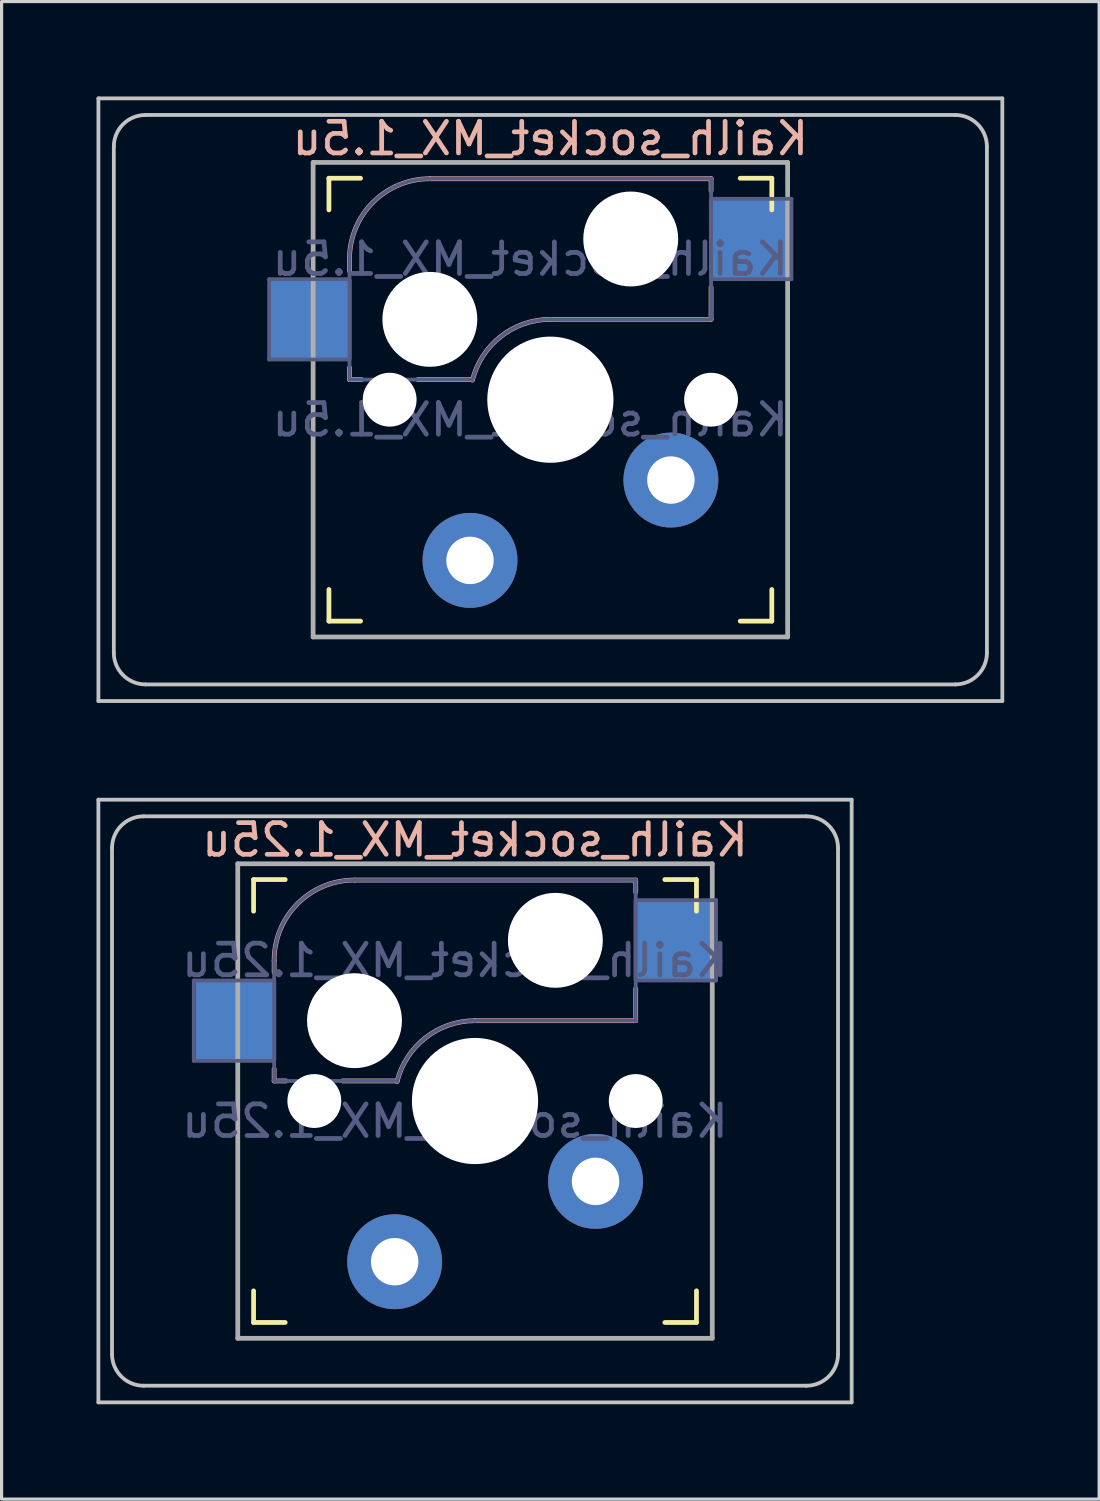
<source format=kicad_pcb>
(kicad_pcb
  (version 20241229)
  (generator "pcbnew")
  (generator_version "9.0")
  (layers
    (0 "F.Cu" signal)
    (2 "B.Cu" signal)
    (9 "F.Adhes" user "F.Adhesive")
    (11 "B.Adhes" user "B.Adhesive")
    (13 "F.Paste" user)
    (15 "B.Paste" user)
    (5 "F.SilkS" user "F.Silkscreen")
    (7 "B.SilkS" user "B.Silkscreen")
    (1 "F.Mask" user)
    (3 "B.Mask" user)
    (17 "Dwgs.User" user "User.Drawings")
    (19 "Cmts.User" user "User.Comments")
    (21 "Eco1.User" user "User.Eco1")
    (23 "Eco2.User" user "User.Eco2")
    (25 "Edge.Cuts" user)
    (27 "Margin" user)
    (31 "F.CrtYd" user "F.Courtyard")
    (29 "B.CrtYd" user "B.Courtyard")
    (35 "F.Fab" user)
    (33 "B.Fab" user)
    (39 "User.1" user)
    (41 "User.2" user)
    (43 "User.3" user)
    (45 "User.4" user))
  (footprint "Kailh_socket_MX_1.25u"
    (layer "F.Cu")
    (at 11.966 31.755)
    (property "Reference" "Kailh_socket_MX_1.25u" (at 0 -8.255 0) (layer "B.SilkS") (effects (font (size 1 1) (thickness 0.15)) (justify mirror)))
    (property "Value" "Kailh_socket_MX_1.25u" (at 0 8.255 0) (layer "F.Fab") (hide yes) (effects (font (size 1 1) (thickness 0.15))))
    (attr smd)
    (fp_line (start -7 -6) (end -7 -7) (stroke (width 0.15) (type solid)) (layer "F.SilkS"))
    (fp_line (start -7 7) (end -7 6) (stroke (width 0.15) (type solid)) (layer "F.SilkS"))
    (fp_line (start -7 7) (end -6 7) (stroke (width 0.15) (type solid)) (layer "F.SilkS"))
    (fp_line (start -6 -7) (end -7 -7) (stroke (width 0.15) (type solid)) (layer "F.SilkS"))
    (fp_line (start 6 7) (end 7 7) (stroke (width 0.15) (type solid)) (layer "F.SilkS"))
    (fp_line (start 7 -7) (end 6 -7) (stroke (width 0.15) (type solid)) (layer "F.SilkS"))
    (fp_line (start 7 -7) (end 7 -6) (stroke (width 0.15) (type solid)) (layer "F.SilkS"))
    (fp_line (start 7 6) (end 7 7) (stroke (width 0.15) (type solid)) (layer "F.SilkS"))
    (fp_line (start -6.35 -4.445) (end -6.35 -4.064) (stroke (width 0.15) (type solid)) (layer "B.SilkS"))
    (fp_line (start -6.35 -1.016) (end -6.35 -0.635) (stroke (width 0.15) (type solid)) (layer "B.SilkS"))
    (fp_line (start -5.969 -0.635) (end -6.35 -0.635) (stroke (width 0.15) (type solid)) (layer "B.SilkS"))
    (fp_line (start -3.81 -6.985) (end 5.08 -6.985) (stroke (width 0.15) (type solid)) (layer "B.SilkS"))
    (fp_line (start -2.464 -0.635) (end -4.191 -0.635) (stroke (width 0.15) (type solid)) (layer "B.SilkS"))
    (fp_line (start 5.08 -6.985) (end 5.08 -6.604) (stroke (width 0.15) (type solid)) (layer "B.SilkS"))
    (fp_line (start 5.08 -3.556) (end 5.08 -2.54) (stroke (width 0.15) (type solid)) (layer "B.SilkS"))
    (fp_line (start 5.08 -2.54) (end 0 -2.54) (stroke (width 0.15) (type solid)) (layer "B.SilkS"))
    (fp_arc (start -6.35 -4.445) (mid -5.606051 -6.241051) (end -3.81 -6.985) (stroke (width 0.15) (type solid)) (layer "B.SilkS"))
    (fp_arc (start -2.464162 -0.61604) (mid -1.563147 -2.002042) (end 0 -2.54) (stroke (width 0.15) (type solid)) (layer "B.SilkS"))
    (fp_line (start -11.906 -9.525) (end 11.906 -9.525) (stroke (width 0.12) (type solid)) (layer "Dwgs.User"))
    (fp_line (start -11.906 9.525) (end -11.906 -9.525) (stroke (width 0.12) (type solid)) (layer "Dwgs.User"))
    (fp_line (start -11.475 8) (end -11.475 -8) (stroke (width 0.12) (type solid)) (layer "Dwgs.User"))
    (fp_line (start -10.475 -9) (end 10.475 -9) (stroke (width 0.12) (type solid)) (layer "Dwgs.User"))
    (fp_line (start -10.475 9) (end 10.475 9) (stroke (width 0.12) (type solid)) (layer "Dwgs.User"))
    (fp_line (start 11.475 8) (end 11.475 -8) (stroke (width 0.12) (type solid)) (layer "Dwgs.User"))
    (fp_line (start 11.906 -9.525) (end 11.906 9.525) (stroke (width 0.12) (type solid)) (layer "Dwgs.User"))
    (fp_line (start 11.906 9.525) (end -11.906 9.525) (stroke (width 0.12) (type solid)) (layer "Dwgs.User"))
    (fp_arc (start -11.475 -8) (mid -11.182107 -8.707107) (end -10.475 -9) (stroke (width 0.12) (type solid)) (layer "Dwgs.User"))
    (fp_arc (start -10.475 9) (mid -11.182107 8.707107) (end -11.475 8) (stroke (width 0.12) (type solid)) (layer "Dwgs.User"))
    (fp_arc (start 10.475 -9) (mid 11.182107 -8.707107) (end 11.475 -8) (stroke (width 0.12) (type solid)) (layer "Dwgs.User"))
    (fp_arc (start 11.475 8) (mid 11.182107 8.707107) (end 10.475 9) (stroke (width 0.12) (type solid)) (layer "Dwgs.User"))
    (fp_line (start -6.9 6.9) (end -6.9 -6.9) (stroke (width 0.15) (type solid)) (layer "Eco2.User"))
    (fp_line (start -6.9 6.9) (end 6.9 6.9) (stroke (width 0.15) (type solid)) (layer "Eco2.User"))
    (fp_line (start 6.9 -6.9) (end -6.9 -6.9) (stroke (width 0.15) (type solid)) (layer "Eco2.User"))
    (fp_line (start 6.9 -6.9) (end 6.9 6.9) (stroke (width 0.15) (type solid)) (layer "Eco2.User"))
    (fp_line (start -8.89 -3.81) (end -6.35 -3.81) (stroke (width 0.12) (type solid)) (layer "B.Fab"))
    (fp_line (start -8.89 -1.27) (end -8.89 -3.81) (stroke (width 0.12) (type solid)) (layer "B.Fab"))
    (fp_line (start -6.35 -1.27) (end -8.89 -1.27) (stroke (width 0.12) (type solid)) (layer "B.Fab"))
    (fp_line (start -6.35 -0.635) (end -6.35 -4.445) (stroke (width 0.12) (type solid)) (layer "B.Fab"))
    (fp_line (start -6.35 -0.635) (end -2.54 -0.635) (stroke (width 0.12) (type solid)) (layer "B.Fab"))
    (fp_line (start -3.81 -6.985) (end 5.08 -6.985) (stroke (width 0.12) (type solid)) (layer "B.Fab"))
    (fp_line (start 5.08 -6.985) (end 5.08 -2.54) (stroke (width 0.12) (type solid)) (layer "B.Fab"))
    (fp_line (start 5.08 -6.35) (end 7.62 -6.35) (stroke (width 0.12) (type solid)) (layer "B.Fab"))
    (fp_line (start 5.08 -2.54) (end 0 -2.54) (stroke (width 0.12) (type solid)) (layer "B.Fab"))
    (fp_line (start 7.62 -6.35) (end 7.62 -3.81) (stroke (width 0.12) (type solid)) (layer "B.Fab"))
    (fp_line (start 7.62 -3.81) (end 5.08 -3.81) (stroke (width 0.12) (type solid)) (layer "B.Fab"))
    (fp_arc (start -6.35 -4.445) (mid -5.606051 -6.241051) (end -3.81 -6.985) (stroke (width 0.12) (type solid)) (layer "B.Fab"))
    (fp_arc (start -2.464162 -0.61604) (mid -1.563147 -2.002042) (end 0 -2.54) (stroke (width 0.12) (type solid)) (layer "B.Fab"))
    (fp_line (start -7.5 -7.5) (end 7.5 -7.5) (stroke (width 0.15) (type solid)) (layer "F.Fab"))
    (fp_line (start -7.5 7.5) (end -7.5 -7.5) (stroke (width 0.15) (type solid)) (layer "F.Fab"))
    (fp_line (start 7.5 -7.5) (end 7.5 7.5) (stroke (width 0.15) (type solid)) (layer "F.Fab"))
    (fp_line (start 7.5 7.5) (end -7.5 7.5) (stroke (width 0.15) (type solid)) (layer "F.Fab"))
    (fp_text user "${VALUE}" (at -0.635 0.635 0) (layer "B.Fab") (effects (font (size 1 1) (thickness 0.15)) (justify mirror)))
    (fp_text user "${REFERENCE}" (at -0.635 -4.445 0) (layer "B.Fab") (effects (font (size 1 1) (thickness 0.15)) (justify mirror)))
    (pad "" np_thru_hole circle (at -5.08 0) (size 1.702 1.702) (drill 1.702) (layers "*.Cu" "*.Mask"))
    (pad "" np_thru_hole circle (at -3.81 -2.54) (size 3 3) (drill 3) (layers "*.Cu" "*.Mask"))
    (pad "" np_thru_hole circle (at 0 0) (size 3.988 3.988) (drill 3.988) (layers "*.Cu" "*.Mask"))
    (pad "" np_thru_hole circle (at 2.54 -5.08) (size 3 3) (drill 3) (layers "*.Cu" "*.Mask"))
    (pad "" np_thru_hole circle (at 5.08 0) (size 1.702 1.702) (drill 1.702) (layers "*.Cu" "*.Mask"))
    (pad "1" thru_hole circle (at -2.54 5.08) (size 3 3) (drill 1.499) (layers "*.Cu" "*.Mask"))
    (pad "1" smd rect (at 6.29 -5.08) (size 2.55 2.5) (layers "B.Cu" "B.Mask" "B.Paste"))
    (pad "2" smd rect (at -7.56 -2.54) (size 2.55 2.5) (layers "B.Cu" "B.Mask" "B.Paste"))
    (pad "2" thru_hole circle (at 3.81 2.54) (size 3 3) (drill 1.499) (layers "*.Cu" "*.Mask")))
  (footprint "Kailh_socket_MX_1.5u"
    (layer "F.Cu")
    (at 14.348 9.585)
    (property "Reference" "Kailh_socket_MX_1.5u" (at 0 -8.255 0) (layer "B.SilkS") (effects (font (size 1 1) (thickness 0.15)) (justify mirror)))
    (property "Value" "Kailh_socket_MX_1.5u" (at 0 8.255 0) (layer "F.Fab") (hide yes) (effects (font (size 1 1) (thickness 0.15))))
    (attr smd)
    (fp_line (start -7 -6) (end -7 -7) (stroke (width 0.15) (type solid)) (layer "F.SilkS"))
    (fp_line (start -7 7) (end -7 6) (stroke (width 0.15) (type solid)) (layer "F.SilkS"))
    (fp_line (start -7 7) (end -6 7) (stroke (width 0.15) (type solid)) (layer "F.SilkS"))
    (fp_line (start -6 -7) (end -7 -7) (stroke (width 0.15) (type solid)) (layer "F.SilkS"))
    (fp_line (start 6 7) (end 7 7) (stroke (width 0.15) (type solid)) (layer "F.SilkS"))
    (fp_line (start 7 -7) (end 6 -7) (stroke (width 0.15) (type solid)) (layer "F.SilkS"))
    (fp_line (start 7 -7) (end 7 -6) (stroke (width 0.15) (type solid)) (layer "F.SilkS"))
    (fp_line (start 7 6) (end 7 7) (stroke (width 0.15) (type solid)) (layer "F.SilkS"))
    (fp_line (start -6.35 -4.445) (end -6.35 -4.064) (stroke (width 0.15) (type solid)) (layer "B.SilkS"))
    (fp_line (start -6.35 -1.016) (end -6.35 -0.635) (stroke (width 0.15) (type solid)) (layer "B.SilkS"))
    (fp_line (start -5.969 -0.635) (end -6.35 -0.635) (stroke (width 0.15) (type solid)) (layer "B.SilkS"))
    (fp_line (start -3.81 -6.985) (end 5.08 -6.985) (stroke (width 0.15) (type solid)) (layer "B.SilkS"))
    (fp_line (start -2.464 -0.635) (end -4.191 -0.635) (stroke (width 0.15) (type solid)) (layer "B.SilkS"))
    (fp_line (start 5.08 -6.985) (end 5.08 -6.604) (stroke (width 0.15) (type solid)) (layer "B.SilkS"))
    (fp_line (start 5.08 -3.556) (end 5.08 -2.54) (stroke (width 0.15) (type solid)) (layer "B.SilkS"))
    (fp_line (start 5.08 -2.54) (end 0 -2.54) (stroke (width 0.15) (type solid)) (layer "B.SilkS"))
    (fp_arc (start -6.35 -4.445) (mid -5.606051 -6.241051) (end -3.81 -6.985) (stroke (width 0.15) (type solid)) (layer "B.SilkS"))
    (fp_arc (start -2.464162 -0.61604) (mid -1.563147 -2.002042) (end 0 -2.54) (stroke (width 0.15) (type solid)) (layer "B.SilkS"))
    (fp_line (start -14.287 -9.525) (end 14.287 -9.525) (stroke (width 0.12) (type solid)) (layer "Dwgs.User"))
    (fp_line (start -14.287 9.525) (end -14.287 -9.525) (stroke (width 0.12) (type solid)) (layer "Dwgs.User"))
    (fp_line (start -13.8 8) (end -13.8 -8) (stroke (width 0.12) (type solid)) (layer "Dwgs.User"))
    (fp_line (start -12.8 -9) (end 12.8 -9) (stroke (width 0.12) (type solid)) (layer "Dwgs.User"))
    (fp_line (start -12.8 9) (end 12.8 9) (stroke (width 0.12) (type solid)) (layer "Dwgs.User"))
    (fp_line (start 13.8 8) (end 13.8 -8) (stroke (width 0.12) (type solid)) (layer "Dwgs.User"))
    (fp_line (start 14.287 -9.525) (end 14.287 9.525) (stroke (width 0.12) (type solid)) (layer "Dwgs.User"))
    (fp_line (start 14.287 9.525) (end -14.287 9.525) (stroke (width 0.12) (type solid)) (layer "Dwgs.User"))
    (fp_arc (start -13.8 -8) (mid -13.507107 -8.707107) (end -12.8 -9) (stroke (width 0.12) (type solid)) (layer "Dwgs.User"))
    (fp_arc (start -12.8 9) (mid -13.507107 8.707107) (end -13.8 8) (stroke (width 0.12) (type solid)) (layer "Dwgs.User"))
    (fp_arc (start 12.8 -9) (mid 13.507107 -8.707107) (end 13.8 -8) (stroke (width 0.12) (type solid)) (layer "Dwgs.User"))
    (fp_arc (start 13.8 8) (mid 13.507107 8.707107) (end 12.8 9) (stroke (width 0.12) (type solid)) (layer "Dwgs.User"))
    (fp_line (start -6.9 6.9) (end -6.9 -6.9) (stroke (width 0.15) (type solid)) (layer "Eco2.User"))
    (fp_line (start -6.9 6.9) (end 6.9 6.9) (stroke (width 0.15) (type solid)) (layer "Eco2.User"))
    (fp_line (start 6.9 -6.9) (end -6.9 -6.9) (stroke (width 0.15) (type solid)) (layer "Eco2.User"))
    (fp_line (start 6.9 -6.9) (end 6.9 6.9) (stroke (width 0.15) (type solid)) (layer "Eco2.User"))
    (fp_line (start -8.89 -3.81) (end -6.35 -3.81) (stroke (width 0.12) (type solid)) (layer "B.Fab"))
    (fp_line (start -8.89 -1.27) (end -8.89 -3.81) (stroke (width 0.12) (type solid)) (layer "B.Fab"))
    (fp_line (start -6.35 -1.27) (end -8.89 -1.27) (stroke (width 0.12) (type solid)) (layer "B.Fab"))
    (fp_line (start -6.35 -0.635) (end -6.35 -4.445) (stroke (width 0.12) (type solid)) (layer "B.Fab"))
    (fp_line (start -6.35 -0.635) (end -2.54 -0.635) (stroke (width 0.12) (type solid)) (layer "B.Fab"))
    (fp_line (start -3.81 -6.985) (end 5.08 -6.985) (stroke (width 0.12) (type solid)) (layer "B.Fab"))
    (fp_line (start 5.08 -6.985) (end 5.08 -2.54) (stroke (width 0.12) (type solid)) (layer "B.Fab"))
    (fp_line (start 5.08 -6.35) (end 7.62 -6.35) (stroke (width 0.12) (type solid)) (layer "B.Fab"))
    (fp_line (start 5.08 -2.54) (end 0 -2.54) (stroke (width 0.12) (type solid)) (layer "B.Fab"))
    (fp_line (start 7.62 -6.35) (end 7.62 -3.81) (stroke (width 0.12) (type solid)) (layer "B.Fab"))
    (fp_line (start 7.62 -3.81) (end 5.08 -3.81) (stroke (width 0.12) (type solid)) (layer "B.Fab"))
    (fp_arc (start -6.35 -4.445) (mid -5.606051 -6.241051) (end -3.81 -6.985) (stroke (width 0.12) (type solid)) (layer "B.Fab"))
    (fp_arc (start -2.464162 -0.61604) (mid -1.563147 -2.002042) (end 0 -2.54) (stroke (width 0.12) (type solid)) (layer "B.Fab"))
    (fp_line (start -7.5 -7.5) (end 7.5 -7.5) (stroke (width 0.15) (type solid)) (layer "F.Fab"))
    (fp_line (start -7.5 7.5) (end -7.5 -7.5) (stroke (width 0.15) (type solid)) (layer "F.Fab"))
    (fp_line (start 7.5 -7.5) (end 7.5 7.5) (stroke (width 0.15) (type solid)) (layer "F.Fab"))
    (fp_line (start 7.5 7.5) (end -7.5 7.5) (stroke (width 0.15) (type solid)) (layer "F.Fab"))
    (fp_text user "${VALUE}" (at -0.635 0.635 0) (layer "B.Fab") (effects (font (size 1 1) (thickness 0.15)) (justify mirror)))
    (fp_text user "${REFERENCE}" (at -0.635 -4.445 0) (layer "B.Fab") (effects (font (size 1 1) (thickness 0.15)) (justify mirror)))
    (pad "" np_thru_hole circle (at -5.08 0) (size 1.702 1.702) (drill 1.702) (layers "*.Cu" "*.Mask"))
    (pad "" np_thru_hole circle (at -3.81 -2.54) (size 3 3) (drill 3) (layers "*.Cu" "*.Mask"))
    (pad "" np_thru_hole circle (at 0 0) (size 3.988 3.988) (drill 3.988) (layers "*.Cu" "*.Mask"))
    (pad "" np_thru_hole circle (at 2.54 -5.08) (size 3 3) (drill 3) (layers "*.Cu" "*.Mask"))
    (pad "" np_thru_hole circle (at 5.08 0) (size 1.702 1.702) (drill 1.702) (layers "*.Cu" "*.Mask"))
    (pad "1" thru_hole circle (at -2.54 5.08) (size 3 3) (drill 1.499) (layers "*.Cu" "*.Mask"))
    (pad "1" smd rect (at 6.29 -5.08) (size 2.55 2.5) (layers "B.Cu" "B.Mask" "B.Paste"))
    (pad "2" smd rect (at -7.56 -2.54) (size 2.55 2.5) (layers "B.Cu" "B.Mask" "B.Paste"))
    (pad "2" thru_hole circle (at 3.81 2.54) (size 3 3) (drill 1.499) (layers "*.Cu" "*.Mask")))
  (gr_rect
    (start -3 -3)
    (end 31.695 44.34)
    (stroke (width 0.1) (type default))
    (fill no)
    (layer "Edge.Cuts")))
</source>
